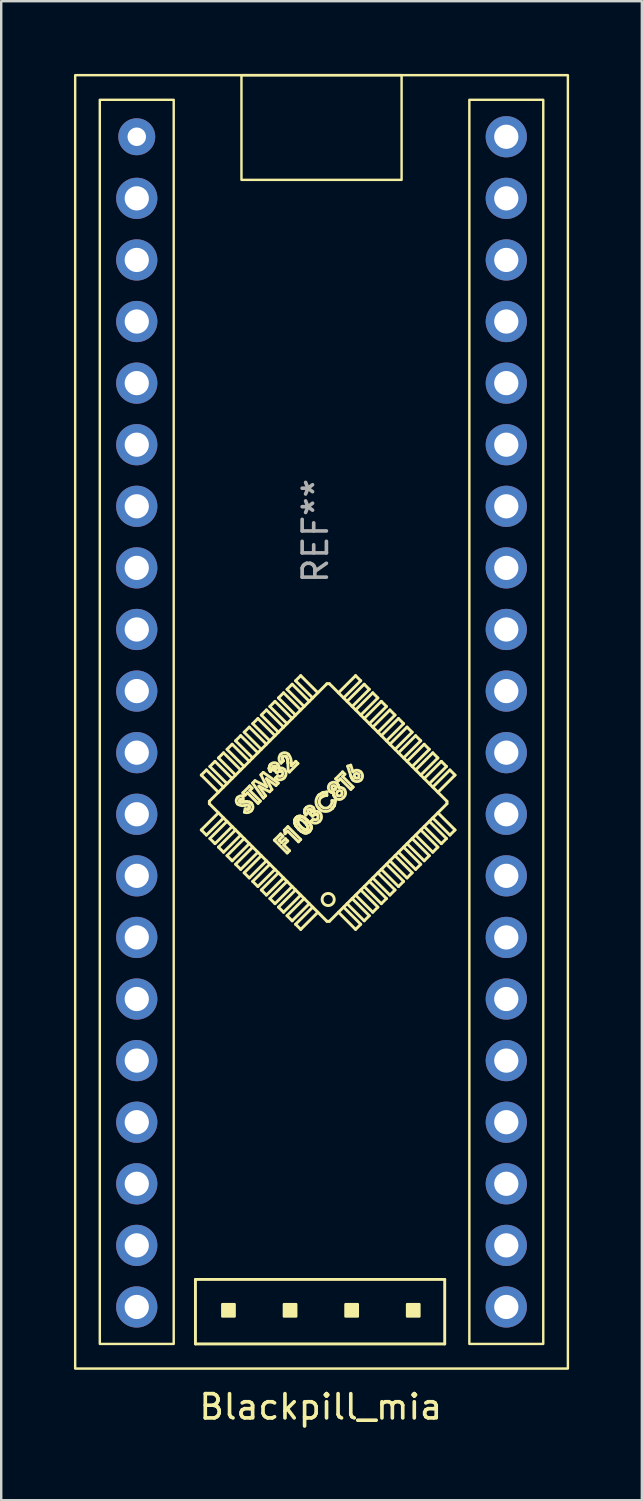
<source format=kicad_pcb>
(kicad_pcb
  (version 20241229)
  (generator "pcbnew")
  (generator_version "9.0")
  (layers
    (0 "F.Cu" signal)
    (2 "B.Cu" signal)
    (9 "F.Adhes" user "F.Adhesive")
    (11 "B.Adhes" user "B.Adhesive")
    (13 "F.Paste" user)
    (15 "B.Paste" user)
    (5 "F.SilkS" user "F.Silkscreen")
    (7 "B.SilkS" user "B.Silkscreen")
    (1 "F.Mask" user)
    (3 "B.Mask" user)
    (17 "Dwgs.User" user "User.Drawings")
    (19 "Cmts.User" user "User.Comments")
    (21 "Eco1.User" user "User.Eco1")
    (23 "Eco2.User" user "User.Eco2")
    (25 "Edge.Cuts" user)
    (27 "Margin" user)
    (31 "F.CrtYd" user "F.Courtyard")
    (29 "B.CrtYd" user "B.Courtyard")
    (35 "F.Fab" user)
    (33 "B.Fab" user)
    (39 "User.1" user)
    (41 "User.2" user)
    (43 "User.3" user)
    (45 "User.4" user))
  (footprint "Blackpill_mia"
    (layer "F.Cu")
    (at 2.59 2.59)
    (property "Reference" "Blackpill_mia" (at 7.588 52.38 180) (layer "F.SilkS") (effects (font (size 1 1) (thickness 0.15))))
    (attr through_hole)
    (fp_line (start 2.42 47.124) (end 2.42 49.784) (stroke (width 0.12) (type solid)) (layer "F.SilkS"))
    (fp_line (start 2.42 49.784) (end 12.7 49.784) (stroke (width 0.12) (type solid)) (layer "F.SilkS"))
    (fp_line (start 2.661 26.325) (end 3.368 27.032) (stroke (width 0.12) (type solid)) (layer "F.SilkS"))
    (fp_line (start 2.661 28.588) (end 3.368 27.88) (stroke (width 0.12) (type solid)) (layer "F.SilkS"))
    (fp_line (start 2.873 26.113) (end 2.661 26.325) (stroke (width 0.12) (type solid)) (layer "F.SilkS"))
    (fp_line (start 2.873 26.113) (end 3.58 26.82) (stroke (width 0.12) (type solid)) (layer "F.SilkS"))
    (fp_line (start 2.873 28.8) (end 2.661 28.588) (stroke (width 0.12) (type solid)) (layer "F.SilkS"))
    (fp_line (start 2.873 28.8) (end 3.58 28.093) (stroke (width 0.12) (type solid)) (layer "F.SilkS"))
    (fp_line (start 2.994 27.406) (end 7.844 22.556) (stroke (width 0.12) (type solid)) (layer "F.SilkS"))
    (fp_line (start 2.994 27.506) (end 2.994 27.406) (stroke (width 0.12) (type solid)) (layer "F.SilkS"))
    (fp_line (start 3.015 25.971) (end 3.722 26.678) (stroke (width 0.12) (type solid)) (layer "F.SilkS"))
    (fp_line (start 3.015 28.941) (end 3.722 28.234) (stroke (width 0.12) (type solid)) (layer "F.SilkS"))
    (fp_line (start 3.227 25.759) (end 3.015 25.971) (stroke (width 0.12) (type solid)) (layer "F.SilkS"))
    (fp_line (start 3.227 25.759) (end 3.934 26.466) (stroke (width 0.12) (type solid)) (layer "F.SilkS"))
    (fp_line (start 3.227 29.153) (end 3.015 28.941) (stroke (width 0.12) (type solid)) (layer "F.SilkS"))
    (fp_line (start 3.227 29.153) (end 3.934 28.446) (stroke (width 0.12) (type solid)) (layer "F.SilkS"))
    (fp_line (start 3.368 25.618) (end 4.075 26.325) (stroke (width 0.12) (type solid)) (layer "F.SilkS"))
    (fp_line (start 3.368 29.295) (end 4.075 28.588) (stroke (width 0.12) (type solid)) (layer "F.SilkS"))
    (fp_line (start 3.58 25.406) (end 3.368 25.618) (stroke (width 0.12) (type solid)) (layer "F.SilkS"))
    (fp_line (start 3.58 25.406) (end 4.287 26.113) (stroke (width 0.12) (type solid)) (layer "F.SilkS"))
    (fp_line (start 3.58 29.507) (end 3.368 29.295) (stroke (width 0.12) (type solid)) (layer "F.SilkS"))
    (fp_line (start 3.58 29.507) (end 4.287 28.8) (stroke (width 0.12) (type solid)) (layer "F.SilkS"))
    (fp_line (start 3.722 25.264) (end 4.429 25.971) (stroke (width 0.12) (type solid)) (layer "F.SilkS"))
    (fp_line (start 3.722 29.648) (end 4.429 28.941) (stroke (width 0.12) (type solid)) (layer "F.SilkS"))
    (fp_line (start 3.934 25.052) (end 3.722 25.264) (stroke (width 0.12) (type solid)) (layer "F.SilkS"))
    (fp_line (start 3.934 25.052) (end 4.641 25.759) (stroke (width 0.12) (type solid)) (layer "F.SilkS"))
    (fp_line (start 3.934 29.86) (end 3.722 29.648) (stroke (width 0.12) (type solid)) (layer "F.SilkS"))
    (fp_line (start 3.934 29.86) (end 4.641 29.153) (stroke (width 0.12) (type solid)) (layer "F.SilkS"))
    (fp_line (start 4.075 24.911) (end 4.782 25.618) (stroke (width 0.12) (type solid)) (layer "F.SilkS"))
    (fp_line (start 4.075 30.002) (end 4.782 29.295) (stroke (width 0.12) (type solid)) (layer "F.SilkS"))
    (fp_line (start 4.247 27.418) (end 4.265 27.43) (stroke (width 0.12) (type solid)) (layer "F.SilkS"))
    (fp_line (start 4.247 27.418) (end 4.265 27.43) (stroke (width 0.12) (type solid)) (layer "F.SilkS"))
    (fp_line (start 4.265 27.43) (end 4.281 27.434) (stroke (width 0.12) (type solid)) (layer "F.SilkS"))
    (fp_line (start 4.265 27.43) (end 4.281 27.434) (stroke (width 0.12) (type solid)) (layer "F.SilkS"))
    (fp_line (start 4.281 27.434) (end 4.36 27.434) (stroke (width 0.12) (type solid)) (layer "F.SilkS"))
    (fp_line (start 4.281 27.434) (end 4.36 27.434) (stroke (width 0.12) (type solid)) (layer "F.SilkS"))
    (fp_line (start 4.287 24.699) (end 4.075 24.911) (stroke (width 0.12) (type solid)) (layer "F.SilkS"))
    (fp_line (start 4.287 24.699) (end 4.995 25.406) (stroke (width 0.12) (type solid)) (layer "F.SilkS"))
    (fp_line (start 4.287 30.214) (end 4.075 30.002) (stroke (width 0.12) (type solid)) (layer "F.SilkS"))
    (fp_line (start 4.287 30.214) (end 4.995 29.507) (stroke (width 0.12) (type solid)) (layer "F.SilkS"))
    (fp_line (start 4.36 27.434) (end 4.422 27.431) (stroke (width 0.12) (type solid)) (layer "F.SilkS"))
    (fp_line (start 4.36 27.434) (end 4.422 27.431) (stroke (width 0.12) (type solid)) (layer "F.SilkS"))
    (fp_line (start 4.375 27.057) (end 4.661 26.771) (stroke (width 0.12) (type solid)) (layer "F.SilkS"))
    (fp_line (start 4.392 27.182) (end 4.386 27.318) (stroke (width 0.12) (type solid)) (layer "F.SilkS"))
    (fp_line (start 4.422 27.431) (end 4.494 27.426) (stroke (width 0.12) (type solid)) (layer "F.SilkS"))
    (fp_line (start 4.422 27.431) (end 4.494 27.426) (stroke (width 0.12) (type solid)) (layer "F.SilkS"))
    (fp_line (start 4.429 24.557) (end 5.136 25.264) (stroke (width 0.12) (type solid)) (layer "F.SilkS"))
    (fp_line (start 4.429 30.355) (end 5.136 29.648) (stroke (width 0.12) (type solid)) (layer "F.SilkS"))
    (fp_line (start 4.439 27.855) (end 4.473 27.721) (stroke (width 0.12) (type solid)) (layer "F.SilkS"))
    (fp_line (start 4.471 27.152) (end 4.375 27.057) (stroke (width 0.12) (type solid)) (layer "F.SilkS"))
    (fp_line (start 4.473 27.721) (end 4.563 27.731) (stroke (width 0.12) (type solid)) (layer "F.SilkS"))
    (fp_line (start 4.473 27.721) (end 4.563 27.731) (stroke (width 0.12) (type solid)) (layer "F.SilkS"))
    (fp_line (start 4.494 27.426) (end 4.551 27.424) (stroke (width 0.12) (type solid)) (layer "F.SilkS"))
    (fp_line (start 4.494 27.426) (end 4.551 27.424) (stroke (width 0.12) (type solid)) (layer "F.SilkS"))
    (fp_line (start 4.551 27.424) (end 4.658 27.443) (stroke (width 0.12) (type solid)) (layer "F.SilkS"))
    (fp_line (start 4.551 27.424) (end 4.658 27.443) (stroke (width 0.12) (type solid)) (layer "F.SilkS"))
    (fp_line (start 4.563 27.731) (end 4.598 27.722) (stroke (width 0.12) (type solid)) (layer "F.SilkS"))
    (fp_line (start 4.563 27.731) (end 4.598 27.722) (stroke (width 0.12) (type solid)) (layer "F.SilkS"))
    (fp_line (start 4.566 27.057) (end 4.471 27.152) (stroke (width 0.12) (type solid)) (layer "F.SilkS"))
    (fp_line (start 4.598 27.722) (end 4.628 27.702) (stroke (width 0.12) (type solid)) (layer "F.SilkS"))
    (fp_line (start 4.598 27.722) (end 4.628 27.702) (stroke (width 0.12) (type solid)) (layer "F.SilkS"))
    (fp_line (start 4.641 24.345) (end 4.429 24.557) (stroke (width 0.12) (type solid)) (layer "F.SilkS"))
    (fp_line (start 4.641 24.345) (end 5.348 25.052) (stroke (width 0.12) (type solid)) (layer "F.SilkS"))
    (fp_line (start 4.641 30.568) (end 4.429 30.355) (stroke (width 0.12) (type solid)) (layer "F.SilkS"))
    (fp_line (start 4.641 30.568) (end 5.348 29.86) (stroke (width 0.12) (type solid)) (layer "F.SilkS"))
    (fp_line (start 4.658 27.443) (end 4.728 27.49) (stroke (width 0.12) (type solid)) (layer "F.SilkS"))
    (fp_line (start 4.658 27.443) (end 4.728 27.49) (stroke (width 0.12) (type solid)) (layer "F.SilkS"))
    (fp_line (start 4.661 26.771) (end 4.756 26.866) (stroke (width 0.12) (type solid)) (layer "F.SilkS"))
    (fp_line (start 4.661 26.961) (end 5.096 27.397) (stroke (width 0.12) (type solid)) (layer "F.SilkS"))
    (fp_line (start 4.756 26.866) (end 4.661 26.961) (stroke (width 0.12) (type solid)) (layer "F.SilkS"))
    (fp_line (start 4.778 26.654) (end 4.877 26.556) (stroke (width 0.12) (type solid)) (layer "F.SilkS"))
    (fp_line (start 4.782 24.204) (end 5.489 24.911) (stroke (width 0.12) (type solid)) (layer "F.SilkS"))
    (fp_line (start 4.782 30.709) (end 5.489 30.002) (stroke (width 0.12) (type solid)) (layer "F.SilkS"))
    (fp_line (start 4.877 26.556) (end 5.367 26.804) (stroke (width 0.12) (type solid)) (layer "F.SilkS"))
    (fp_line (start 4.995 23.991) (end 4.782 24.204) (stroke (width 0.12) (type solid)) (layer "F.SilkS"))
    (fp_line (start 4.995 23.991) (end 5.702 24.699) (stroke (width 0.12) (type solid)) (layer "F.SilkS"))
    (fp_line (start 4.995 30.921) (end 4.782 30.709) (stroke (width 0.12) (type solid)) (layer "F.SilkS"))
    (fp_line (start 4.995 30.921) (end 5.702 30.214) (stroke (width 0.12) (type solid)) (layer "F.SilkS"))
    (fp_line (start 5.001 27.492) (end 4.566 27.057) (stroke (width 0.12) (type solid)) (layer "F.SilkS"))
    (fp_line (start 5.037 26.786) (end 5.315 27.178) (stroke (width 0.12) (type solid)) (layer "F.SilkS"))
    (fp_line (start 5.096 27.397) (end 5.001 27.492) (stroke (width 0.12) (type solid)) (layer "F.SilkS"))
    (fp_line (start 5.119 26.313) (end 5.217 26.215) (stroke (width 0.12) (type solid)) (layer "F.SilkS"))
    (fp_line (start 5.136 23.85) (end 5.843 24.557) (stroke (width 0.12) (type solid)) (layer "F.SilkS"))
    (fp_line (start 5.136 31.062) (end 5.843 30.355) (stroke (width 0.12) (type solid)) (layer "F.SilkS"))
    (fp_line (start 5.217 26.215) (end 5.837 26.656) (stroke (width 0.12) (type solid)) (layer "F.SilkS"))
    (fp_line (start 5.219 27.274) (end 4.778 26.654) (stroke (width 0.12) (type solid)) (layer "F.SilkS"))
    (fp_line (start 5.315 27.178) (end 5.219 27.274) (stroke (width 0.12) (type solid)) (layer "F.SilkS"))
    (fp_line (start 5.348 23.638) (end 5.136 23.85) (stroke (width 0.12) (type solid)) (layer "F.SilkS"))
    (fp_line (start 5.348 23.638) (end 6.055 24.345) (stroke (width 0.12) (type solid)) (layer "F.SilkS"))
    (fp_line (start 5.348 31.275) (end 5.136 31.062) (stroke (width 0.12) (type solid)) (layer "F.SilkS"))
    (fp_line (start 5.348 31.275) (end 6.055 30.568) (stroke (width 0.12) (type solid)) (layer "F.SilkS"))
    (fp_line (start 5.349 26.474) (end 5.574 26.919) (stroke (width 0.12) (type solid)) (layer "F.SilkS"))
    (fp_line (start 5.367 26.804) (end 5.119 26.313) (stroke (width 0.12) (type solid)) (layer "F.SilkS"))
    (fp_line (start 5.458 26.045) (end 5.479 25.945) (stroke (width 0.12) (type solid)) (layer "F.SilkS"))
    (fp_line (start 5.458 26.045) (end 5.479 25.945) (stroke (width 0.12) (type solid)) (layer "F.SilkS"))
    (fp_line (start 5.47 26.108) (end 5.458 26.045) (stroke (width 0.12) (type solid)) (layer "F.SilkS"))
    (fp_line (start 5.47 26.108) (end 5.458 26.045) (stroke (width 0.12) (type solid)) (layer "F.SilkS"))
    (fp_line (start 5.479 25.945) (end 5.526 25.879) (stroke (width 0.12) (type solid)) (layer "F.SilkS"))
    (fp_line (start 5.479 25.945) (end 5.526 25.879) (stroke (width 0.12) (type solid)) (layer "F.SilkS"))
    (fp_line (start 5.481 27.012) (end 5.037 26.786) (stroke (width 0.12) (type solid)) (layer "F.SilkS"))
    (fp_line (start 5.489 23.496) (end 6.197 24.204) (stroke (width 0.12) (type solid)) (layer "F.SilkS"))
    (fp_line (start 5.489 31.416) (end 6.197 30.709) (stroke (width 0.12) (type solid)) (layer "F.SilkS"))
    (fp_line (start 5.511 26.18) (end 5.47 26.108) (stroke (width 0.12) (type solid)) (layer "F.SilkS"))
    (fp_line (start 5.511 26.18) (end 5.47 26.108) (stroke (width 0.12) (type solid)) (layer "F.SilkS"))
    (fp_line (start 5.574 26.919) (end 5.481 27.012) (stroke (width 0.12) (type solid)) (layer "F.SilkS"))
    (fp_line (start 5.606 26.084) (end 5.511 26.18) (stroke (width 0.12) (type solid)) (layer "F.SilkS"))
    (fp_line (start 5.674 29.008) (end 5.932 28.75) (stroke (width 0.12) (type solid)) (layer "F.SilkS"))
    (fp_line (start 5.688 26.139) (end 5.739 26.06) (stroke (width 0.12) (type solid)) (layer "F.SilkS"))
    (fp_line (start 5.688 26.139) (end 5.739 26.06) (stroke (width 0.12) (type solid)) (layer "F.SilkS"))
    (fp_line (start 5.702 23.284) (end 5.489 23.496) (stroke (width 0.12) (type solid)) (layer "F.SilkS"))
    (fp_line (start 5.702 23.284) (end 6.409 23.991) (stroke (width 0.12) (type solid)) (layer "F.SilkS"))
    (fp_line (start 5.702 31.628) (end 5.489 31.416) (stroke (width 0.12) (type solid)) (layer "F.SilkS"))
    (fp_line (start 5.702 31.628) (end 6.409 30.921) (stroke (width 0.12) (type solid)) (layer "F.SilkS"))
    (fp_line (start 5.722 26.445) (end 5.817 26.35) (stroke (width 0.12) (type solid)) (layer "F.SilkS"))
    (fp_line (start 5.738 25.991) (end 5.724 25.971) (stroke (width 0.12) (type solid)) (layer "F.SilkS"))
    (fp_line (start 5.738 25.991) (end 5.724 25.971) (stroke (width 0.12) (type solid)) (layer "F.SilkS"))
    (fp_line (start 5.739 26.06) (end 5.744 26.013) (stroke (width 0.12) (type solid)) (layer "F.SilkS"))
    (fp_line (start 5.739 26.06) (end 5.744 26.013) (stroke (width 0.12) (type solid)) (layer "F.SilkS"))
    (fp_line (start 5.741 26.752) (end 5.349 26.474) (stroke (width 0.12) (type solid)) (layer "F.SilkS"))
    (fp_line (start 5.744 26.013) (end 5.738 25.991) (stroke (width 0.12) (type solid)) (layer "F.SilkS"))
    (fp_line (start 5.744 26.013) (end 5.738 25.991) (stroke (width 0.12) (type solid)) (layer "F.SilkS"))
    (fp_line (start 5.776 26.227) (end 5.688 26.139) (stroke (width 0.12) (type solid)) (layer "F.SilkS"))
    (fp_line (start 5.837 26.656) (end 5.741 26.752) (stroke (width 0.12) (type solid)) (layer "F.SilkS"))
    (fp_line (start 5.843 23.143) (end 6.55 23.85) (stroke (width 0.12) (type solid)) (layer "F.SilkS"))
    (fp_line (start 5.843 31.77) (end 6.55 31.062) (stroke (width 0.12) (type solid)) (layer "F.SilkS"))
    (fp_line (start 5.864 29.008) (end 5.966 29.11) (stroke (width 0.12) (type solid)) (layer "F.SilkS"))
    (fp_line (start 5.877 26.161) (end 5.776 26.227) (stroke (width 0.12) (type solid)) (layer "F.SilkS"))
    (fp_line (start 5.877 26.161) (end 5.776 26.227) (stroke (width 0.12) (type solid)) (layer "F.SilkS"))
    (fp_line (start 5.932 28.75) (end 6.028 28.845) (stroke (width 0.12) (type solid)) (layer "F.SilkS"))
    (fp_line (start 5.938 26.156) (end 5.877 26.161) (stroke (width 0.12) (type solid)) (layer "F.SilkS"))
    (fp_line (start 5.938 26.156) (end 5.877 26.161) (stroke (width 0.12) (type solid)) (layer "F.SilkS"))
    (fp_line (start 5.966 29.11) (end 6.13 28.947) (stroke (width 0.12) (type solid)) (layer "F.SilkS"))
    (fp_line (start 5.966 26.166) (end 5.938 26.156) (stroke (width 0.12) (type solid)) (layer "F.SilkS"))
    (fp_line (start 5.966 26.166) (end 5.938 26.156) (stroke (width 0.12) (type solid)) (layer "F.SilkS"))
    (fp_line (start 5.991 26.184) (end 5.966 26.166) (stroke (width 0.12) (type solid)) (layer "F.SilkS"))
    (fp_line (start 5.991 26.184) (end 5.966 26.166) (stroke (width 0.12) (type solid)) (layer "F.SilkS"))
    (fp_line (start 6.001 25.615) (end 6.005 25.667) (stroke (width 0.12) (type solid)) (layer "F.SilkS"))
    (fp_line (start 6.001 25.615) (end 6.005 25.667) (stroke (width 0.12) (type solid)) (layer "F.SilkS"))
    (fp_line (start 6.005 25.667) (end 6.048 25.738) (stroke (width 0.12) (type solid)) (layer "F.SilkS"))
    (fp_line (start 6.005 25.667) (end 6.048 25.738) (stroke (width 0.12) (type solid)) (layer "F.SilkS"))
    (fp_line (start 6.026 25.569) (end 6.001 25.615) (stroke (width 0.12) (type solid)) (layer "F.SilkS"))
    (fp_line (start 6.026 25.569) (end 6.001 25.615) (stroke (width 0.12) (type solid)) (layer "F.SilkS"))
    (fp_line (start 6.028 28.845) (end 5.864 29.008) (stroke (width 0.12) (type solid)) (layer "F.SilkS"))
    (fp_line (start 6.048 25.738) (end 5.953 25.833) (stroke (width 0.12) (type solid)) (layer "F.SilkS"))
    (fp_line (start 6.055 22.931) (end 5.843 23.143) (stroke (width 0.12) (type solid)) (layer "F.SilkS"))
    (fp_line (start 6.055 22.931) (end 6.762 23.638) (stroke (width 0.12) (type solid)) (layer "F.SilkS"))
    (fp_line (start 6.055 31.982) (end 5.843 31.77) (stroke (width 0.12) (type solid)) (layer "F.SilkS"))
    (fp_line (start 6.055 31.982) (end 6.762 31.275) (stroke (width 0.12) (type solid)) (layer "F.SilkS"))
    (fp_line (start 6.062 29.205) (end 6.3 29.443) (stroke (width 0.12) (type solid)) (layer "F.SilkS"))
    (fp_line (start 6.084 28.598) (end 6.232 28.45) (stroke (width 0.12) (type solid)) (layer "F.SilkS"))
    (fp_line (start 6.116 28.743) (end 6.084 28.598) (stroke (width 0.12) (type solid)) (layer "F.SilkS"))
    (fp_line (start 6.13 28.947) (end 6.225 29.042) (stroke (width 0.12) (type solid)) (layer "F.SilkS"))
    (fp_line (start 6.197 22.789) (end 6.904 23.496) (stroke (width 0.12) (type solid)) (layer "F.SilkS"))
    (fp_line (start 6.197 32.123) (end 6.904 31.416) (stroke (width 0.12) (type solid)) (layer "F.SilkS"))
    (fp_line (start 6.204 29.538) (end 5.674 29.008) (stroke (width 0.12) (type solid)) (layer "F.SilkS"))
    (fp_line (start 6.219 25.676) (end 6.166 25.57) (stroke (width 0.12) (type solid)) (layer "F.SilkS"))
    (fp_line (start 6.219 25.676) (end 6.166 25.57) (stroke (width 0.12) (type solid)) (layer "F.SilkS"))
    (fp_line (start 6.225 28.634) (end 6.116 28.743) (stroke (width 0.12) (type solid)) (layer "F.SilkS"))
    (fp_line (start 6.225 29.042) (end 6.062 29.205) (stroke (width 0.12) (type solid)) (layer "F.SilkS"))
    (fp_line (start 6.232 28.45) (end 6.762 28.981) (stroke (width 0.12) (type solid)) (layer "F.SilkS"))
    (fp_line (start 6.234 25.828) (end 6.219 25.676) (stroke (width 0.12) (type solid)) (layer "F.SilkS"))
    (fp_line (start 6.234 25.828) (end 6.219 25.676) (stroke (width 0.12) (type solid)) (layer "F.SilkS"))
    (fp_line (start 6.245 26.152) (end 6.234 25.828) (stroke (width 0.12) (type solid)) (layer "F.SilkS"))
    (fp_line (start 6.293 26.2) (end 6.245 26.152) (stroke (width 0.12) (type solid)) (layer "F.SilkS"))
    (fp_line (start 6.3 29.443) (end 6.204 29.538) (stroke (width 0.12) (type solid)) (layer "F.SilkS"))
    (fp_line (start 6.371 25.818) (end 6.379 25.937) (stroke (width 0.12) (type solid)) (layer "F.SilkS"))
    (fp_line (start 6.379 25.937) (end 6.558 25.758) (stroke (width 0.12) (type solid)) (layer "F.SilkS"))
    (fp_line (start 6.409 22.577) (end 6.197 22.789) (stroke (width 0.12) (type solid)) (layer "F.SilkS"))
    (fp_line (start 6.409 22.577) (end 7.116 23.284) (stroke (width 0.12) (type solid)) (layer "F.SilkS"))
    (fp_line (start 6.409 32.335) (end 6.197 32.123) (stroke (width 0.12) (type solid)) (layer "F.SilkS"))
    (fp_line (start 6.409 32.335) (end 7.116 31.628) (stroke (width 0.12) (type solid)) (layer "F.SilkS"))
    (fp_line (start 6.504 28.295) (end 6.512 28.171) (stroke (width 0.12) (type solid)) (layer "F.SilkS"))
    (fp_line (start 6.504 28.295) (end 6.512 28.171) (stroke (width 0.12) (type solid)) (layer "F.SilkS"))
    (fp_line (start 6.512 28.171) (end 6.567 28.088) (stroke (width 0.12) (type solid)) (layer "F.SilkS"))
    (fp_line (start 6.512 28.171) (end 6.567 28.088) (stroke (width 0.12) (type solid)) (layer "F.SilkS"))
    (fp_line (start 6.55 22.436) (end 7.257 23.143) (stroke (width 0.12) (type solid)) (layer "F.SilkS"))
    (fp_line (start 6.55 32.477) (end 7.257 31.77) (stroke (width 0.12) (type solid)) (layer "F.SilkS"))
    (fp_line (start 6.558 25.758) (end 6.646 25.846) (stroke (width 0.12) (type solid)) (layer "F.SilkS"))
    (fp_line (start 6.56 28.419) (end 6.504 28.295) (stroke (width 0.12) (type solid)) (layer "F.SilkS"))
    (fp_line (start 6.56 28.419) (end 6.504 28.295) (stroke (width 0.12) (type solid)) (layer "F.SilkS"))
    (fp_line (start 6.567 28.088) (end 6.619 28.047) (stroke (width 0.12) (type solid)) (layer "F.SilkS"))
    (fp_line (start 6.567 28.088) (end 6.619 28.047) (stroke (width 0.12) (type solid)) (layer "F.SilkS"))
    (fp_line (start 6.619 28.047) (end 6.681 28.022) (stroke (width 0.12) (type solid)) (layer "F.SilkS"))
    (fp_line (start 6.619 28.047) (end 6.681 28.022) (stroke (width 0.12) (type solid)) (layer "F.SilkS"))
    (fp_line (start 6.635 28.255) (end 6.663 28.332) (stroke (width 0.12) (type solid)) (layer "F.SilkS"))
    (fp_line (start 6.635 28.255) (end 6.663 28.332) (stroke (width 0.12) (type solid)) (layer "F.SilkS"))
    (fp_line (start 6.642 28.215) (end 6.635 28.255) (stroke (width 0.12) (type solid)) (layer "F.SilkS"))
    (fp_line (start 6.642 28.215) (end 6.635 28.255) (stroke (width 0.12) (type solid)) (layer "F.SilkS"))
    (fp_line (start 6.646 25.846) (end 6.293 26.2) (stroke (width 0.12) (type solid)) (layer "F.SilkS"))
    (fp_line (start 6.663 28.332) (end 6.768 28.457) (stroke (width 0.12) (type solid)) (layer "F.SilkS"))
    (fp_line (start 6.663 28.332) (end 6.768 28.457) (stroke (width 0.12) (type solid)) (layer "F.SilkS"))
    (fp_line (start 6.664 28.181) (end 6.642 28.215) (stroke (width 0.12) (type solid)) (layer "F.SilkS"))
    (fp_line (start 6.664 28.181) (end 6.642 28.215) (stroke (width 0.12) (type solid)) (layer "F.SilkS"))
    (fp_line (start 6.667 29.076) (end 6.225 28.634) (stroke (width 0.12) (type solid)) (layer "F.SilkS"))
    (fp_line (start 6.672 28.551) (end 6.56 28.419) (stroke (width 0.12) (type solid)) (layer "F.SilkS"))
    (fp_line (start 6.672 28.551) (end 6.56 28.419) (stroke (width 0.12) (type solid)) (layer "F.SilkS"))
    (fp_line (start 6.681 28.022) (end 6.747 28.018) (stroke (width 0.12) (type solid)) (layer "F.SilkS"))
    (fp_line (start 6.681 28.022) (end 6.747 28.018) (stroke (width 0.12) (type solid)) (layer "F.SilkS"))
    (fp_line (start 6.697 28.16) (end 6.664 28.181) (stroke (width 0.12) (type solid)) (layer "F.SilkS"))
    (fp_line (start 6.736 28.155) (end 6.697 28.16) (stroke (width 0.12) (type solid)) (layer "F.SilkS"))
    (fp_line (start 6.747 28.018) (end 6.812 28.032) (stroke (width 0.12) (type solid)) (layer "F.SilkS"))
    (fp_line (start 6.747 28.018) (end 6.812 28.032) (stroke (width 0.12) (type solid)) (layer "F.SilkS"))
    (fp_line (start 6.762 28.981) (end 6.667 29.076) (stroke (width 0.12) (type solid)) (layer "F.SilkS"))
    (fp_line (start 6.762 22.224) (end 6.55 22.436) (stroke (width 0.12) (type solid)) (layer "F.SilkS"))
    (fp_line (start 6.762 22.224) (end 7.469 22.931) (stroke (width 0.12) (type solid)) (layer "F.SilkS"))
    (fp_line (start 6.762 32.689) (end 6.55 32.477) (stroke (width 0.12) (type solid)) (layer "F.SilkS"))
    (fp_line (start 6.762 32.689) (end 7.469 31.982) (stroke (width 0.12) (type solid)) (layer "F.SilkS"))
    (fp_line (start 6.768 28.457) (end 6.888 28.554) (stroke (width 0.12) (type solid)) (layer "F.SilkS"))
    (fp_line (start 6.768 28.457) (end 6.888 28.554) (stroke (width 0.12) (type solid)) (layer "F.SilkS"))
    (fp_line (start 6.77 28.638) (end 6.672 28.551) (stroke (width 0.12) (type solid)) (layer "F.SilkS"))
    (fp_line (start 6.77 28.638) (end 6.672 28.551) (stroke (width 0.12) (type solid)) (layer "F.SilkS"))
    (fp_line (start 6.811 28.18) (end 6.736 28.155) (stroke (width 0.12) (type solid)) (layer "F.SilkS"))
    (fp_line (start 6.812 28.032) (end 6.928 28.097) (stroke (width 0.12) (type solid)) (layer "F.SilkS"))
    (fp_line (start 6.812 28.032) (end 6.928 28.097) (stroke (width 0.12) (type solid)) (layer "F.SilkS"))
    (fp_line (start 6.885 28.701) (end 6.77 28.638) (stroke (width 0.12) (type solid)) (layer "F.SilkS"))
    (fp_line (start 6.885 28.701) (end 6.77 28.638) (stroke (width 0.12) (type solid)) (layer "F.SilkS"))
    (fp_line (start 6.888 28.554) (end 6.961 28.576) (stroke (width 0.12) (type solid)) (layer "F.SilkS"))
    (fp_line (start 6.888 28.554) (end 6.961 28.576) (stroke (width 0.12) (type solid)) (layer "F.SilkS"))
    (fp_line (start 6.92 27.834) (end 6.94 27.733) (stroke (width 0.12) (type solid)) (layer "F.SilkS"))
    (fp_line (start 6.92 27.834) (end 6.94 27.733) (stroke (width 0.12) (type solid)) (layer "F.SilkS"))
    (fp_line (start 6.928 28.097) (end 7.027 28.186) (stroke (width 0.12) (type solid)) (layer "F.SilkS"))
    (fp_line (start 6.928 28.097) (end 7.027 28.186) (stroke (width 0.12) (type solid)) (layer "F.SilkS"))
    (fp_line (start 6.932 28.281) (end 6.811 28.18) (stroke (width 0.12) (type solid)) (layer "F.SilkS"))
    (fp_line (start 6.932 27.897) (end 6.92 27.834) (stroke (width 0.12) (type solid)) (layer "F.SilkS"))
    (fp_line (start 6.932 27.897) (end 6.92 27.834) (stroke (width 0.12) (type solid)) (layer "F.SilkS"))
    (fp_line (start 6.94 27.733) (end 6.988 27.667) (stroke (width 0.12) (type solid)) (layer "F.SilkS"))
    (fp_line (start 6.94 27.733) (end 6.988 27.667) (stroke (width 0.12) (type solid)) (layer "F.SilkS"))
    (fp_line (start 6.95 28.715) (end 6.885 28.701) (stroke (width 0.12) (type solid)) (layer "F.SilkS"))
    (fp_line (start 6.95 28.715) (end 6.885 28.701) (stroke (width 0.12) (type solid)) (layer "F.SilkS"))
    (fp_line (start 6.961 28.576) (end 6.999 28.57) (stroke (width 0.12) (type solid)) (layer "F.SilkS"))
    (fp_line (start 6.961 28.576) (end 6.999 28.57) (stroke (width 0.12) (type solid)) (layer "F.SilkS"))
    (fp_line (start 6.973 27.968) (end 6.932 27.897) (stroke (width 0.12) (type solid)) (layer "F.SilkS"))
    (fp_line (start 6.973 27.968) (end 6.932 27.897) (stroke (width 0.12) (type solid)) (layer "F.SilkS"))
    (fp_line (start 6.995 28.35) (end 6.932 28.281) (stroke (width 0.12) (type solid)) (layer "F.SilkS"))
    (fp_line (start 6.995 28.35) (end 6.932 28.281) (stroke (width 0.12) (type solid)) (layer "F.SilkS"))
    (fp_line (start 6.999 28.57) (end 7.031 28.548) (stroke (width 0.12) (type solid)) (layer "F.SilkS"))
    (fp_line (start 6.999 28.57) (end 7.031 28.548) (stroke (width 0.12) (type solid)) (layer "F.SilkS"))
    (fp_line (start 7.015 28.71) (end 6.95 28.715) (stroke (width 0.12) (type solid)) (layer "F.SilkS"))
    (fp_line (start 7.015 28.71) (end 6.95 28.715) (stroke (width 0.12) (type solid)) (layer "F.SilkS"))
    (fp_line (start 7.027 28.186) (end 7.115 28.285) (stroke (width 0.12) (type solid)) (layer "F.SilkS"))
    (fp_line (start 7.027 28.186) (end 7.115 28.285) (stroke (width 0.12) (type solid)) (layer "F.SilkS"))
    (fp_line (start 7.053 28.454) (end 6.995 28.35) (stroke (width 0.12) (type solid)) (layer "F.SilkS"))
    (fp_line (start 7.053 28.454) (end 6.995 28.35) (stroke (width 0.12) (type solid)) (layer "F.SilkS"))
    (fp_line (start 7.068 27.873) (end 6.973 27.968) (stroke (width 0.12) (type solid)) (layer "F.SilkS"))
    (fp_line (start 7.076 28.684) (end 7.015 28.71) (stroke (width 0.12) (type solid)) (layer "F.SilkS"))
    (fp_line (start 7.076 28.684) (end 7.015 28.71) (stroke (width 0.12) (type solid)) (layer "F.SilkS"))
    (fp_line (start 7.115 28.285) (end 7.18 28.4) (stroke (width 0.12) (type solid)) (layer "F.SilkS"))
    (fp_line (start 7.115 28.285) (end 7.18 28.4) (stroke (width 0.12) (type solid)) (layer "F.SilkS"))
    (fp_line (start 7.127 28.643) (end 7.076 28.684) (stroke (width 0.12) (type solid)) (layer "F.SilkS"))
    (fp_line (start 7.127 28.643) (end 7.076 28.684) (stroke (width 0.12) (type solid)) (layer "F.SilkS"))
    (fp_line (start 7.149 27.927) (end 7.201 27.848) (stroke (width 0.12) (type solid)) (layer "F.SilkS"))
    (fp_line (start 7.149 27.927) (end 7.201 27.848) (stroke (width 0.12) (type solid)) (layer "F.SilkS"))
    (fp_line (start 7.168 28.591) (end 7.127 28.643) (stroke (width 0.12) (type solid)) (layer "F.SilkS"))
    (fp_line (start 7.168 28.591) (end 7.127 28.643) (stroke (width 0.12) (type solid)) (layer "F.SilkS"))
    (fp_line (start 7.18 28.4) (end 7.196 28.464) (stroke (width 0.12) (type solid)) (layer "F.SilkS"))
    (fp_line (start 7.18 28.4) (end 7.196 28.464) (stroke (width 0.12) (type solid)) (layer "F.SilkS"))
    (fp_line (start 7.183 28.233) (end 7.279 28.138) (stroke (width 0.12) (type solid)) (layer "F.SilkS"))
    (fp_line (start 7.193 28.53) (end 7.168 28.591) (stroke (width 0.12) (type solid)) (layer "F.SilkS"))
    (fp_line (start 7.193 28.53) (end 7.168 28.591) (stroke (width 0.12) (type solid)) (layer "F.SilkS"))
    (fp_line (start 7.196 28.464) (end 7.193 28.53) (stroke (width 0.12) (type solid)) (layer "F.SilkS"))
    (fp_line (start 7.196 28.464) (end 7.193 28.53) (stroke (width 0.12) (type solid)) (layer "F.SilkS"))
    (fp_line (start 7.199 27.779) (end 7.186 27.759) (stroke (width 0.12) (type solid)) (layer "F.SilkS"))
    (fp_line (start 7.199 27.779) (end 7.186 27.759) (stroke (width 0.12) (type solid)) (layer "F.SilkS"))
    (fp_line (start 7.201 27.848) (end 7.206 27.801) (stroke (width 0.12) (type solid)) (layer "F.SilkS"))
    (fp_line (start 7.201 27.848) (end 7.206 27.801) (stroke (width 0.12) (type solid)) (layer "F.SilkS"))
    (fp_line (start 7.206 27.801) (end 7.199 27.779) (stroke (width 0.12) (type solid)) (layer "F.SilkS"))
    (fp_line (start 7.206 27.801) (end 7.199 27.779) (stroke (width 0.12) (type solid)) (layer "F.SilkS"))
    (fp_line (start 7.238 28.015) (end 7.149 27.927) (stroke (width 0.12) (type solid)) (layer "F.SilkS"))
    (fp_line (start 7.339 27.949) (end 7.238 28.015) (stroke (width 0.12) (type solid)) (layer "F.SilkS"))
    (fp_line (start 7.339 27.949) (end 7.238 28.015) (stroke (width 0.12) (type solid)) (layer "F.SilkS"))
    (fp_line (start 7.399 27.945) (end 7.339 27.949) (stroke (width 0.12) (type solid)) (layer "F.SilkS"))
    (fp_line (start 7.399 27.945) (end 7.339 27.949) (stroke (width 0.12) (type solid)) (layer "F.SilkS"))
    (fp_line (start 7.428 27.954) (end 7.399 27.945) (stroke (width 0.12) (type solid)) (layer "F.SilkS"))
    (fp_line (start 7.428 27.954) (end 7.399 27.945) (stroke (width 0.12) (type solid)) (layer "F.SilkS"))
    (fp_line (start 7.453 27.972) (end 7.428 27.954) (stroke (width 0.12) (type solid)) (layer "F.SilkS"))
    (fp_line (start 7.453 27.972) (end 7.428 27.954) (stroke (width 0.12) (type solid)) (layer "F.SilkS"))
    (fp_line (start 7.508 27.147) (end 7.681 27.043) (stroke (width 0.12) (type solid)) (layer "F.SilkS"))
    (fp_line (start 7.508 27.147) (end 7.681 27.043) (stroke (width 0.12) (type solid)) (layer "F.SilkS"))
    (fp_line (start 7.681 27.043) (end 7.84 27.026) (stroke (width 0.12) (type solid)) (layer "F.SilkS"))
    (fp_line (start 7.681 27.043) (end 7.84 27.026) (stroke (width 0.12) (type solid)) (layer "F.SilkS"))
    (fp_line (start 7.694 27.184) (end 7.599 27.246) (stroke (width 0.12) (type solid)) (layer "F.SilkS"))
    (fp_line (start 7.694 27.184) (end 7.599 27.246) (stroke (width 0.12) (type solid)) (layer "F.SilkS"))
    (fp_line (start 7.837 27.163) (end 7.694 27.184) (stroke (width 0.12) (type solid)) (layer "F.SilkS"))
    (fp_line (start 7.837 27.163) (end 7.694 27.184) (stroke (width 0.12) (type solid)) (layer "F.SilkS"))
    (fp_line (start 7.84 27.026) (end 7.837 27.163) (stroke (width 0.12) (type solid)) (layer "F.SilkS"))
    (fp_line (start 7.844 32.356) (end 2.994 27.506) (stroke (width 0.12) (type solid)) (layer "F.SilkS"))
    (fp_line (start 7.844 32.356) (end 7.944 32.356) (stroke (width 0.12) (type solid)) (layer "F.SilkS"))
    (fp_line (start 7.944 22.556) (end 7.844 22.556) (stroke (width 0.12) (type solid)) (layer "F.SilkS"))
    (fp_line (start 7.944 22.556) (end 12.793 27.406) (stroke (width 0.12) (type solid)) (layer "F.SilkS"))
    (fp_line (start 7.944 32.356) (end 12.793 27.506) (stroke (width 0.12) (type solid)) (layer "F.SilkS"))
    (fp_line (start 8.026 27.031) (end 7.964 26.988) (stroke (width 0.12) (type solid)) (layer "F.SilkS"))
    (fp_line (start 8.026 27.031) (end 7.964 26.988) (stroke (width 0.12) (type solid)) (layer "F.SilkS"))
    (fp_line (start 8.05 27.376) (end 8.188 27.379) (stroke (width 0.12) (type solid)) (layer "F.SilkS"))
    (fp_line (start 8.118 27.053) (end 8.026 27.031) (stroke (width 0.12) (type solid)) (layer "F.SilkS"))
    (fp_line (start 8.118 27.053) (end 8.026 27.031) (stroke (width 0.12) (type solid)) (layer "F.SilkS"))
    (fp_line (start 8.122 27.153) (end 8.118 27.053) (stroke (width 0.12) (type solid)) (layer "F.SilkS"))
    (fp_line (start 8.122 27.153) (end 8.118 27.053) (stroke (width 0.12) (type solid)) (layer "F.SilkS"))
    (fp_line (start 8.155 27.577) (end 8.064 27.706) (stroke (width 0.12) (type solid)) (layer "F.SilkS"))
    (fp_line (start 8.155 27.577) (end 8.064 27.706) (stroke (width 0.12) (type solid)) (layer "F.SilkS"))
    (fp_line (start 8.184 27.262) (end 8.122 27.153) (stroke (width 0.12) (type solid)) (layer "F.SilkS"))
    (fp_line (start 8.184 27.262) (end 8.122 27.153) (stroke (width 0.12) (type solid)) (layer "F.SilkS"))
    (fp_line (start 8.188 27.379) (end 8.155 27.577) (stroke (width 0.12) (type solid)) (layer "F.SilkS"))
    (fp_line (start 8.188 27.379) (end 8.155 27.577) (stroke (width 0.12) (type solid)) (layer "F.SilkS"))
    (fp_line (start 8.203 26.479) (end 8.489 26.193) (stroke (width 0.12) (type solid)) (layer "F.SilkS"))
    (fp_line (start 8.272 26.683) (end 8.322 26.763) (stroke (width 0.12) (type solid)) (layer "F.SilkS"))
    (fp_line (start 8.272 26.683) (end 8.322 26.763) (stroke (width 0.12) (type solid)) (layer "F.SilkS"))
    (fp_line (start 8.299 26.574) (end 8.203 26.479) (stroke (width 0.12) (type solid)) (layer "F.SilkS"))
    (fp_line (start 8.322 26.763) (end 8.335 26.837) (stroke (width 0.12) (type solid)) (layer "F.SilkS"))
    (fp_line (start 8.322 26.763) (end 8.335 26.837) (stroke (width 0.12) (type solid)) (layer "F.SilkS"))
    (fp_line (start 8.394 26.479) (end 8.299 26.574) (stroke (width 0.12) (type solid)) (layer "F.SilkS"))
    (fp_line (start 8.489 26.193) (end 8.584 26.288) (stroke (width 0.12) (type solid)) (layer "F.SilkS"))
    (fp_line (start 8.489 26.384) (end 8.924 26.819) (stroke (width 0.12) (type solid)) (layer "F.SilkS"))
    (fp_line (start 8.584 26.288) (end 8.489 26.384) (stroke (width 0.12) (type solid)) (layer "F.SilkS"))
    (fp_line (start 8.698 25.957) (end 8.825 25.916) (stroke (width 0.12) (type solid)) (layer "F.SilkS"))
    (fp_line (start 8.825 25.916) (end 8.914 26.19) (stroke (width 0.12) (type solid)) (layer "F.SilkS"))
    (fp_line (start 8.828 26.357) (end 8.698 25.957) (stroke (width 0.12) (type solid)) (layer "F.SilkS"))
    (fp_line (start 8.829 26.914) (end 8.394 26.479) (stroke (width 0.12) (type solid)) (layer "F.SilkS"))
    (fp_line (start 8.857 26.435) (end 8.828 26.357) (stroke (width 0.12) (type solid)) (layer "F.SilkS"))
    (fp_line (start 8.857 26.435) (end 8.828 26.357) (stroke (width 0.12) (type solid)) (layer "F.SilkS"))
    (fp_line (start 8.915 26.524) (end 8.857 26.435) (stroke (width 0.12) (type solid)) (layer "F.SilkS"))
    (fp_line (start 8.915 26.524) (end 8.857 26.435) (stroke (width 0.12) (type solid)) (layer "F.SilkS"))
    (fp_line (start 8.924 26.819) (end 8.829 26.914) (stroke (width 0.12) (type solid)) (layer "F.SilkS"))
    (fp_line (start 9.025 22.224) (end 8.318 22.931) (stroke (width 0.12) (type solid)) (layer "F.SilkS"))
    (fp_line (start 9.025 32.689) (end 8.318 31.982) (stroke (width 0.12) (type solid)) (layer "F.SilkS"))
    (fp_line (start 9.237 22.436) (end 8.53 23.143) (stroke (width 0.12) (type solid)) (layer "F.SilkS"))
    (fp_line (start 9.237 22.436) (end 9.025 22.224) (stroke (width 0.12) (type solid)) (layer "F.SilkS"))
    (fp_line (start 9.237 32.477) (end 8.53 31.77) (stroke (width 0.12) (type solid)) (layer "F.SilkS"))
    (fp_line (start 9.237 32.477) (end 9.025 32.689) (stroke (width 0.12) (type solid)) (layer "F.SilkS"))
    (fp_line (start 9.379 22.577) (end 8.671 23.284) (stroke (width 0.12) (type solid)) (layer "F.SilkS"))
    (fp_line (start 9.379 32.335) (end 8.671 31.628) (stroke (width 0.12) (type solid)) (layer "F.SilkS"))
    (fp_line (start 9.591 22.789) (end 8.884 23.496) (stroke (width 0.12) (type solid)) (layer "F.SilkS"))
    (fp_line (start 9.591 22.789) (end 9.379 22.577) (stroke (width 0.12) (type solid)) (layer "F.SilkS"))
    (fp_line (start 9.591 32.123) (end 8.884 31.416) (stroke (width 0.12) (type solid)) (layer "F.SilkS"))
    (fp_line (start 9.591 32.123) (end 9.379 32.335) (stroke (width 0.12) (type solid)) (layer "F.SilkS"))
    (fp_line (start 9.732 22.931) (end 9.025 23.638) (stroke (width 0.12) (type solid)) (layer "F.SilkS"))
    (fp_line (start 9.732 31.982) (end 9.025 31.275) (stroke (width 0.12) (type solid)) (layer "F.SilkS"))
    (fp_line (start 9.944 23.143) (end 9.237 23.85) (stroke (width 0.12) (type solid)) (layer "F.SilkS"))
    (fp_line (start 9.944 23.143) (end 9.732 22.931) (stroke (width 0.12) (type solid)) (layer "F.SilkS"))
    (fp_line (start 9.944 31.77) (end 9.237 31.062) (stroke (width 0.12) (type solid)) (layer "F.SilkS"))
    (fp_line (start 9.944 31.77) (end 9.732 31.982) (stroke (width 0.12) (type solid)) (layer "F.SilkS"))
    (fp_line (start 10.086 23.284) (end 9.379 23.991) (stroke (width 0.12) (type solid)) (layer "F.SilkS"))
    (fp_line (start 10.086 31.628) (end 9.379 30.921) (stroke (width 0.12) (type solid)) (layer "F.SilkS"))
    (fp_line (start 10.298 23.496) (end 9.591 24.204) (stroke (width 0.12) (type solid)) (layer "F.SilkS"))
    (fp_line (start 10.298 23.496) (end 10.086 23.284) (stroke (width 0.12) (type solid)) (layer "F.SilkS"))
    (fp_line (start 10.298 31.416) (end 9.591 30.709) (stroke (width 0.12) (type solid)) (layer "F.SilkS"))
    (fp_line (start 10.298 31.416) (end 10.086 31.628) (stroke (width 0.12) (type solid)) (layer "F.SilkS"))
    (fp_line (start 10.439 23.638) (end 9.732 24.345) (stroke (width 0.12) (type solid)) (layer "F.SilkS"))
    (fp_line (start 10.439 31.275) (end 9.732 30.568) (stroke (width 0.12) (type solid)) (layer "F.SilkS"))
    (fp_line (start 10.651 23.85) (end 9.944 24.557) (stroke (width 0.12) (type solid)) (layer "F.SilkS"))
    (fp_line (start 10.651 23.85) (end 10.439 23.638) (stroke (width 0.12) (type solid)) (layer "F.SilkS"))
    (fp_line (start 10.651 31.062) (end 9.944 30.355) (stroke (width 0.12) (type solid)) (layer "F.SilkS"))
    (fp_line (start 10.651 31.062) (end 10.439 31.275) (stroke (width 0.12) (type solid)) (layer "F.SilkS"))
    (fp_line (start 10.793 23.991) (end 10.086 24.699) (stroke (width 0.12) (type solid)) (layer "F.SilkS"))
    (fp_line (start 10.793 30.921) (end 10.086 30.214) (stroke (width 0.12) (type solid)) (layer "F.SilkS"))
    (fp_line (start 11.005 24.204) (end 10.298 24.911) (stroke (width 0.12) (type solid)) (layer "F.SilkS"))
    (fp_line (start 11.005 24.204) (end 10.793 23.991) (stroke (width 0.12) (type solid)) (layer "F.SilkS"))
    (fp_line (start 11.005 30.709) (end 10.298 30.002) (stroke (width 0.12) (type solid)) (layer "F.SilkS"))
    (fp_line (start 11.005 30.709) (end 10.793 30.921) (stroke (width 0.12) (type solid)) (layer "F.SilkS"))
    (fp_line (start 11.146 24.345) (end 10.439 25.052) (stroke (width 0.12) (type solid)) (layer "F.SilkS"))
    (fp_line (start 11.146 30.568) (end 10.439 29.86) (stroke (width 0.12) (type solid)) (layer "F.SilkS"))
    (fp_line (start 11.358 24.557) (end 10.651 25.264) (stroke (width 0.12) (type solid)) (layer "F.SilkS"))
    (fp_line (start 11.358 24.557) (end 11.146 24.345) (stroke (width 0.12) (type solid)) (layer "F.SilkS"))
    (fp_line (start 11.358 30.355) (end 10.651 29.648) (stroke (width 0.12) (type solid)) (layer "F.SilkS"))
    (fp_line (start 11.358 30.355) (end 11.146 30.568) (stroke (width 0.12) (type solid)) (layer "F.SilkS"))
    (fp_line (start 11.5 24.699) (end 10.793 25.406) (stroke (width 0.12) (type solid)) (layer "F.SilkS"))
    (fp_line (start 11.5 30.214) (end 10.793 29.507) (stroke (width 0.12) (type solid)) (layer "F.SilkS"))
    (fp_line (start 11.712 24.911) (end 11.005 25.618) (stroke (width 0.12) (type solid)) (layer "F.SilkS"))
    (fp_line (start 11.712 24.911) (end 11.5 24.699) (stroke (width 0.12) (type solid)) (layer "F.SilkS"))
    (fp_line (start 11.712 30.002) (end 11.005 29.295) (stroke (width 0.12) (type solid)) (layer "F.SilkS"))
    (fp_line (start 11.712 30.002) (end 11.5 30.214) (stroke (width 0.12) (type solid)) (layer "F.SilkS"))
    (fp_line (start 11.853 25.052) (end 11.146 25.759) (stroke (width 0.12) (type solid)) (layer "F.SilkS"))
    (fp_line (start 11.853 29.86) (end 11.146 29.153) (stroke (width 0.12) (type solid)) (layer "F.SilkS"))
    (fp_line (start 12.066 25.264) (end 11.358 25.971) (stroke (width 0.12) (type solid)) (layer "F.SilkS"))
    (fp_line (start 12.066 25.264) (end 11.853 25.052) (stroke (width 0.12) (type solid)) (layer "F.SilkS"))
    (fp_line (start 12.066 29.648) (end 11.358 28.941) (stroke (width 0.12) (type solid)) (layer "F.SilkS"))
    (fp_line (start 12.066 29.648) (end 11.853 29.86) (stroke (width 0.12) (type solid)) (layer "F.SilkS"))
    (fp_line (start 12.207 25.406) (end 11.5 26.113) (stroke (width 0.12) (type solid)) (layer "F.SilkS"))
    (fp_line (start 12.207 29.507) (end 11.5 28.8) (stroke (width 0.12) (type solid)) (layer "F.SilkS"))
    (fp_line (start 12.419 25.618) (end 11.712 26.325) (stroke (width 0.12) (type solid)) (layer "F.SilkS"))
    (fp_line (start 12.419 25.618) (end 12.207 25.406) (stroke (width 0.12) (type solid)) (layer "F.SilkS"))
    (fp_line (start 12.419 29.295) (end 11.712 28.588) (stroke (width 0.12) (type solid)) (layer "F.SilkS"))
    (fp_line (start 12.419 29.295) (end 12.207 29.507) (stroke (width 0.12) (type solid)) (layer "F.SilkS"))
    (fp_line (start 12.561 25.759) (end 11.853 26.466) (stroke (width 0.12) (type solid)) (layer "F.SilkS"))
    (fp_line (start 12.561 29.153) (end 11.853 28.446) (stroke (width 0.12) (type solid)) (layer "F.SilkS"))
    (fp_line (start 12.7 47.124) (end 2.42 47.124) (stroke (width 0.12) (type solid)) (layer "F.SilkS"))
    (fp_line (start 12.7 49.784) (end 12.7 47.124) (stroke (width 0.12) (type solid)) (layer "F.SilkS"))
    (fp_line (start 12.773 25.971) (end 12.066 26.678) (stroke (width 0.12) (type solid)) (layer "F.SilkS"))
    (fp_line (start 12.773 25.971) (end 12.561 25.759) (stroke (width 0.12) (type solid)) (layer "F.SilkS"))
    (fp_line (start 12.773 28.941) (end 12.066 28.234) (stroke (width 0.12) (type solid)) (layer "F.SilkS"))
    (fp_line (start 12.773 28.941) (end 12.561 29.153) (stroke (width 0.12) (type solid)) (layer "F.SilkS"))
    (fp_line (start 12.793 27.406) (end 12.793 27.506) (stroke (width 0.12) (type solid)) (layer "F.SilkS"))
    (fp_line (start 12.914 26.113) (end 12.207 26.82) (stroke (width 0.12) (type solid)) (layer "F.SilkS"))
    (fp_line (start 12.914 28.8) (end 12.207 28.093) (stroke (width 0.12) (type solid)) (layer "F.SilkS"))
    (fp_line (start 13.126 26.325) (end 12.419 27.032) (stroke (width 0.12) (type solid)) (layer "F.SilkS"))
    (fp_line (start 13.126 26.325) (end 12.914 26.113) (stroke (width 0.12) (type solid)) (layer "F.SilkS"))
    (fp_line (start 13.126 28.588) (end 12.419 27.88) (stroke (width 0.12) (type solid)) (layer "F.SilkS"))
    (fp_line (start 13.126 28.588) (end 12.914 28.8) (stroke (width 0.12) (type solid)) (layer "F.SilkS"))
    (fp_rect (start -2.54 -2.54) (end 17.78 50.8) (stroke (width 0.1) (type default)) (fill no) (layer "F.SilkS"))
    (fp_rect (start -1.524 -1.524) (end 1.524 49.784) (stroke (width 0.1) (type default)) (fill no) (layer "F.SilkS"))
    (fp_rect (start 3.528 48.144) (end 4.036 48.652) (stroke (width 0.1) (type solid)) (fill yes) (layer "F.SilkS"))
    (fp_rect (start 4.318 -2.54) (end 10.922 1.778) (stroke (width 0.1) (type default)) (fill no) (layer "F.SilkS"))
    (fp_rect (start 6.068 48.144) (end 6.576 48.652) (stroke (width 0.1) (type solid)) (fill yes) (layer "F.SilkS"))
    (fp_rect (start 8.608 48.144) (end 9.116 48.652) (stroke (width 0.1) (type solid)) (fill yes) (layer "F.SilkS"))
    (fp_rect (start 11.148 48.144) (end 11.656 48.652) (stroke (width 0.1) (type solid)) (fill yes) (layer "F.SilkS"))
    (fp_rect (start 13.716 -1.524) (end 16.764 49.784) (stroke (width 0.1) (type default)) (fill no) (layer "F.SilkS"))
    (fp_arc (start 4.156405 27.517532) (mid 4.101279 27.379718) (end 4.161079 27.243869) (stroke (width 0.12) (type solid)) (layer "F.SilkS"))
    (fp_arc (start 4.161079 27.243869) (mid 4.268963 27.184787) (end 4.39193 27.181933) (stroke (width 0.12) (type solid)) (layer "F.SilkS"))
    (fp_arc (start 4.247024 27.417778) (mid 4.235078 27.377246) (end 4.255204 27.340119) (stroke (width 0.12) (type solid)) (layer "F.SilkS"))
    (fp_arc (start 4.255204 27.340119) (mid 4.317675 27.312068) (end 4.385874 27.318234) (stroke (width 0.12) (type solid)) (layer "F.SilkS"))
    (fp_arc (start 4.476175 27.570013) (mid 4.559188 27.564386) (end 4.637973 27.591155) (stroke (width 0.12) (type solid)) (layer "F.SilkS"))
    (fp_arc (start 4.476175 27.570014) (mid 4.309959 27.582335) (end 4.156405 27.517533) (stroke (width 0.12) (type solid)) (layer "F.SilkS"))
    (fp_arc (start 4.637973 27.591154) (mid 4.655628 27.648678) (end 4.627668 27.701959) (stroke (width 0.12) (type solid)) (layer "F.SilkS"))
    (fp_arc (start 4.719349 27.800652) (mid 4.587796 27.871506) (end 4.439311 27.854832) (stroke (width 0.12) (type solid)) (layer "F.SilkS"))
    (fp_arc (start 4.727636 27.490442) (mid 4.791051 27.647351) (end 4.719349 27.800652) (stroke (width 0.12) (type solid)) (layer "F.SilkS"))
    (fp_arc (start 5.526 25.878949) (mid 5.667685 25.81406) (end 5.813155 25.869919) (stroke (width 0.12) (type solid)) (layer "F.SilkS"))
    (fp_arc (start 5.606101 26.08441) (mid 5.595158 26.027206) (end 5.620549 25.974774) (stroke (width 0.12) (type solid)) (layer "F.SilkS"))
    (fp_arc (start 5.62055 25.974774) (mid 5.671486 25.950477) (end 5.724023 25.971162) (stroke (width 0.12) (type solid)) (layer "F.SilkS"))
    (fp_arc (start 5.813155 25.869919) (mid 5.859904 25.955084) (end 5.853312 26.052007) (stroke (width 0.12) (type solid)) (layer "F.SilkS"))
    (fp_arc (start 5.853313 26.052008) (mid 5.976634 26.030743) (end 6.087138 26.089509) (stroke (width 0.12) (type solid)) (layer "F.SilkS"))
    (fp_arc (start 5.936495 25.468454) (mid 6.095556 25.401576) (end 6.254672 25.468347) (stroke (width 0.12) (type solid)) (layer "F.SilkS"))
    (fp_arc (start 5.952855 25.832843) (mid 5.865843 25.654189) (end 5.936495 25.468453) (stroke (width 0.12) (type solid)) (layer "F.SilkS"))
    (fp_arc (start 5.984938 26.344687) (mid 5.901905 26.381356) (end 5.816873 26.349574) (stroke (width 0.12) (type solid)) (layer "F.SilkS"))
    (fp_arc (start 5.990994 26.18374) (mid 6.022362 26.265508) (end 5.984939 26.344688) (stroke (width 0.12) (type solid)) (layer "F.SilkS"))
    (fp_arc (start 6.026264 25.569059) (mid 6.096489 25.539081) (end 6.166177 25.570227) (stroke (width 0.12) (type solid)) (layer "F.SilkS"))
    (fp_arc (start 6.074921 26.44508) (mid 5.898225 26.520241) (end 5.721686 26.444762) (stroke (width 0.12) (type solid)) (layer "F.SilkS"))
    (fp_arc (start 6.087138 26.089509) (mid 6.156787 26.269895) (end 6.074921 26.445081) (stroke (width 0.12) (type solid)) (layer "F.SilkS"))
    (fp_arc (start 6.254672 25.468347) (mid 6.345439 25.632233) (end 6.371425 25.817757) (stroke (width 0.12) (type solid)) (layer "F.SilkS"))
    (fp_arc (start 6.987806 27.667114) (mid 7.12949 27.60224) (end 7.274962 27.658083) (stroke (width 0.12) (type solid)) (layer "F.SilkS"))
    (fp_arc (start 7.052929 28.45379) (mid 7.055574 28.504161) (end 7.031257 28.548341) (stroke (width 0.12) (type solid)) (layer "F.SilkS"))
    (fp_arc (start 7.067908 27.872573) (mid 7.056951 27.81535) (end 7.082357 27.762938) (stroke (width 0.12) (type solid)) (layer "F.SilkS"))
    (fp_arc (start 7.082357 27.762938) (mid 7.133321 27.738586) (end 7.18583 27.759326) (stroke (width 0.12) (type solid)) (layer "F.SilkS"))
    (fp_arc (start 7.274962 27.658083) (mid 7.321673 27.743255) (end 7.31512 27.840172) (stroke (width 0.12) (type solid)) (layer "F.SilkS"))
    (fp_arc (start 7.31512 27.840172) (mid 7.43844 27.818915) (end 7.548945 27.877673) (stroke (width 0.12) (type solid)) (layer "F.SilkS"))
    (fp_arc (start 7.446745 28.132851) (mid 7.363711 28.169536) (end 7.278681 28.137739) (stroke (width 0.12) (type solid)) (layer "F.SilkS"))
    (fp_arc (start 7.452802 27.971905) (mid 7.484221 28.053685) (end 7.446746 28.132852) (stroke (width 0.12) (type solid)) (layer "F.SilkS"))
    (fp_arc (start 7.509001 27.701746) (mid 7.390723 27.424589) (end 7.507938 27.146982) (stroke (width 0.12) (type solid)) (layer "F.SilkS"))
    (fp_arc (start 7.536728 28.233244) (mid 7.360029 28.308421) (end 7.183493 28.232926) (stroke (width 0.12) (type solid)) (layer "F.SilkS"))
    (fp_arc (start 7.548945 27.877673) (mid 7.618571 28.058061) (end 7.536728 28.233245) (stroke (width 0.12) (type solid)) (layer "F.SilkS"))
    (fp_arc (start 7.603976 27.606346) (mid 7.525284 27.427089) (end 7.599407 27.245888) (stroke (width 0.12) (type solid)) (layer "F.SilkS"))
    (fp_arc (start 7.964434 26.987734) (mid 7.901197 26.835446) (end 7.969533 26.685386) (stroke (width 0.12) (type solid)) (layer "F.SilkS"))
    (fp_arc (start 7.968364 27.611233) (mid 7.785098 27.688009) (end 7.603975 27.606346) (stroke (width 0.12) (type solid)) (layer "F.SilkS"))
    (fp_arc (start 7.969534 26.685387) (mid 8.120252 26.619289) (end 8.271881 26.683262) (stroke (width 0.12) (type solid)) (layer "F.SilkS"))
    (fp_arc (start 8.049635 27.375708) (mid 8.035552 27.502637) (end 7.968365 27.611233) (stroke (width 0.12) (type solid)) (layer "F.SilkS"))
    (fp_arc (start 8.062383 26.78291) (mid 8.121861 26.756674) (end 8.181262 26.783017) (stroke (width 0.12) (type solid)) (layer "F.SilkS"))
    (fp_arc (start 8.063977 27.705997) (mid 7.785561 27.825099) (end 7.509 27.701746) (stroke (width 0.12) (type solid)) (layer "F.SilkS"))
    (fp_arc (start 8.066421 26.899345) (mid 8.039149 26.841998) (end 8.062384 26.782911) (stroke (width 0.12) (type solid)) (layer "F.SilkS"))
    (fp_arc (start 8.181262 26.783017) (mid 8.210023 26.842096) (end 8.186573 26.903489) (stroke (width 0.12) (type solid)) (layer "F.SilkS"))
    (fp_arc (start 8.186574 26.903488) (mid 8.125626 26.927048) (end 8.066421 26.899346) (stroke (width 0.12) (type solid)) (layer "F.SilkS"))
    (fp_arc (start 8.270606 27.157924) (mid 8.243279 27.075073) (end 8.283036 26.997402) (stroke (width 0.12) (type solid)) (layer "F.SilkS"))
    (fp_arc (start 8.283035 26.997403) (mid 8.361318 26.959871) (end 8.442708 26.990071) (stroke (width 0.12) (type solid)) (layer "F.SilkS"))
    (fp_arc (start 8.334666 26.836986) (mid 8.447764 26.842314) (end 8.544376 26.901364) (stroke (width 0.12) (type solid)) (layer "F.SilkS"))
    (fp_arc (start 8.431448 27.148151) (mid 8.353106 27.187391) (end 8.270606 27.157924) (stroke (width 0.12) (type solid)) (layer "F.SilkS"))
    (fp_arc (start 8.442708 26.990072) (mid 8.472172 27.071611) (end 8.431447 27.14815) (stroke (width 0.12) (type solid)) (layer "F.SilkS"))
    (fp_arc (start 8.527592 27.242381) (mid 8.360255 27.331143) (end 8.184024 27.261717) (stroke (width 0.12) (type solid)) (layer "F.SilkS"))
    (fp_arc (start 8.544377 26.901364) (mid 8.611892 27.075611) (end 8.527591 27.242382) (stroke (width 0.12) (type solid)) (layer "F.SilkS"))
    (fp_arc (start 8.913759 26.189902) (mid 9.07945 26.124801) (end 9.241709 26.198082) (stroke (width 0.12) (type solid)) (layer "F.SilkS"))
    (fp_arc (start 8.997578 26.282859) (mid 9.070429 26.254478) (end 9.141104 26.287851) (stroke (width 0.12) (type solid)) (layer "F.SilkS"))
    (fp_arc (start 9.005122 26.423833) (mid 8.971579 26.35495) (end 8.997579 26.282858) (stroke (width 0.12) (type solid)) (layer "F.SilkS"))
    (fp_arc (start 9.141104 26.287851) (mid 9.174679 26.358649) (end 9.147478 26.43212) (stroke (width 0.12) (type solid)) (layer "F.SilkS"))
    (fp_arc (start 9.147477 26.43212) (mid 9.074576 26.457557) (end 9.005122 26.423833) (stroke (width 0.12) (type solid)) (layer "F.SilkS"))
    (fp_arc (start 9.241709 26.198082) (mid 9.311843 26.361204) (end 9.244471 26.525501) (stroke (width 0.12) (type solid)) (layer "F.SilkS"))
    (fp_arc (start 9.244471 26.525502) (mid 9.079159 26.593005) (end 8.914609 26.523695) (stroke (width 0.12) (type solid)) (layer "F.SilkS"))
    (fp_circle (center 7.894 31.456) (end 8.144 31.456) (stroke (width 0.12) (type solid)) (fill no) (layer "F.SilkS"))
    (fp_text user "REF**" (at 7.366 16.256 270) (layer "F.Fab") (effects (font (size 1 1) (thickness 0.15))))
    (pad "1" thru_hole circle (at 0 0 180) (size 1.524 1.524) (drill 0.762) (layers "*.Cu" "*.Mask"))
    (pad "2" thru_hole circle (at 0 2.54 180) (size 1.7 1.7) (drill 1) (layers "*.Cu" "*.Mask"))
    (pad "3" thru_hole circle (at 0 5.08 180) (size 1.7 1.7) (drill 1) (layers "*.Cu" "*.Mask"))
    (pad "4" thru_hole circle (at 0 7.62 180) (size 1.7 1.7) (drill 1) (layers "*.Cu" "*.Mask"))
    (pad "5" thru_hole circle (at 0 10.16 180) (size 1.7 1.7) (drill 1) (layers "*.Cu" "*.Mask"))
    (pad "6" thru_hole circle (at 0 12.7 180) (size 1.7 1.7) (drill 1) (layers "*.Cu" "*.Mask"))
    (pad "7" thru_hole circle (at 0 15.24 180) (size 1.7 1.7) (drill 1) (layers "*.Cu" "*.Mask"))
    (pad "8" thru_hole circle (at 0 17.78 180) (size 1.7 1.7) (drill 1) (layers "*.Cu" "*.Mask"))
    (pad "9" thru_hole circle (at 0 20.32 180) (size 1.7 1.7) (drill 1) (layers "*.Cu" "*.Mask"))
    (pad "10" thru_hole circle (at 0 22.86 180) (size 1.7 1.7) (drill 1) (layers "*.Cu" "*.Mask"))
    (pad "11" thru_hole circle (at 0 25.4 180) (size 1.7 1.7) (drill 1) (layers "*.Cu" "*.Mask"))
    (pad "12" thru_hole circle (at 0 27.94 180) (size 1.7 1.7) (drill 1) (layers "*.Cu" "*.Mask"))
    (pad "13" thru_hole circle (at 0 30.48 180) (size 1.7 1.7) (drill 1) (layers "*.Cu" "*.Mask"))
    (pad "14" thru_hole circle (at 0 33.02 180) (size 1.7 1.7) (drill 1) (layers "*.Cu" "*.Mask"))
    (pad "15" thru_hole circle (at 0 35.56 180) (size 1.7 1.7) (drill 1) (layers "*.Cu" "*.Mask"))
    (pad "16" thru_hole circle (at 0 38.1 180) (size 1.7 1.7) (drill 1) (layers "*.Cu" "*.Mask"))
    (pad "17" thru_hole circle (at 0 40.64 180) (size 1.7 1.7) (drill 1) (layers "*.Cu" "*.Mask"))
    (pad "18" thru_hole circle (at 0 43.18 180) (size 1.7 1.7) (drill 1) (layers "*.Cu" "*.Mask"))
    (pad "19" thru_hole circle (at 0 45.72 180) (size 1.7 1.7) (drill 1) (layers "*.Cu" "*.Mask"))
    (pad "20" thru_hole circle (at 0 48.26 180) (size 1.7 1.7) (drill 1) (layers "*.Cu" "*.Mask"))
    (pad "21" thru_hole circle (at 15.24 48.26 180) (size 1.7 1.7) (drill 1) (layers "*.Cu" "*.Mask"))
    (pad "22" thru_hole circle (at 15.24 45.72 180) (size 1.7 1.7) (drill 1) (layers "*.Cu" "*.Mask"))
    (pad "23" thru_hole circle (at 15.24 43.18 180) (size 1.7 1.7) (drill 1) (layers "*.Cu" "*.Mask"))
    (pad "24" thru_hole circle (at 15.24 40.64 180) (size 1.7 1.7) (drill 1) (layers "*.Cu" "*.Mask"))
    (pad "25" thru_hole circle (at 15.24 38.1 180) (size 1.7 1.7) (drill 1) (layers "*.Cu" "*.Mask"))
    (pad "26" thru_hole circle (at 15.24 35.56 180) (size 1.7 1.7) (drill 1) (layers "*.Cu" "*.Mask"))
    (pad "27" thru_hole circle (at 15.24 33.02 180) (size 1.7 1.7) (drill 1) (layers "*.Cu" "*.Mask"))
    (pad "28" thru_hole circle (at 15.24 30.48 180) (size 1.7 1.7) (drill 1) (layers "*.Cu" "*.Mask"))
    (pad "29" thru_hole circle (at 15.24 27.94 180) (size 1.7 1.7) (drill 1) (layers "*.Cu" "*.Mask"))
    (pad "30" thru_hole circle (at 15.24 25.4 180) (size 1.7 1.7) (drill 1) (layers "*.Cu" "*.Mask"))
    (pad "31" thru_hole circle (at 15.24 22.86 180) (size 1.7 1.7) (drill 1) (layers "*.Cu" "*.Mask"))
    (pad "32" thru_hole circle (at 15.24 20.32 180) (size 1.7 1.7) (drill 1) (layers "*.Cu" "*.Mask"))
    (pad "33" thru_hole circle (at 15.24 17.78 180) (size 1.7 1.7) (drill 1) (layers "*.Cu" "*.Mask"))
    (pad "34" thru_hole circle (at 15.24 15.24 180) (size 1.7 1.7) (drill 1) (layers "*.Cu" "*.Mask"))
    (pad "35" thru_hole circle (at 15.24 12.7 180) (size 1.7 1.7) (drill 1) (layers "*.Cu" "*.Mask"))
    (pad "36" thru_hole circle (at 15.24 10.16 180) (size 1.7 1.7) (drill 1) (layers "*.Cu" "*.Mask"))
    (pad "37" thru_hole circle (at 15.24 7.62 180) (size 1.7 1.7) (drill 1) (layers "*.Cu" "*.Mask"))
    (pad "38" thru_hole circle (at 15.24 5.08 180) (size 1.7 1.7) (drill 1) (layers "*.Cu" "*.Mask"))
    (pad "39" thru_hole circle (at 15.24 2.54 180) (size 1.7 1.7) (drill 1) (layers "*.Cu" "*.Mask"))
    (pad "40" thru_hole circle (at 15.24 0 180) (size 1.7 1.7) (drill 1) (layers "*.Cu" "*.Mask")))
  (gr_rect
    (start -3 -3)
    (end 23.42 58.818)
    (stroke (width 0.1) (type default))
    (fill no)
    (layer "Edge.Cuts")))
</source>
